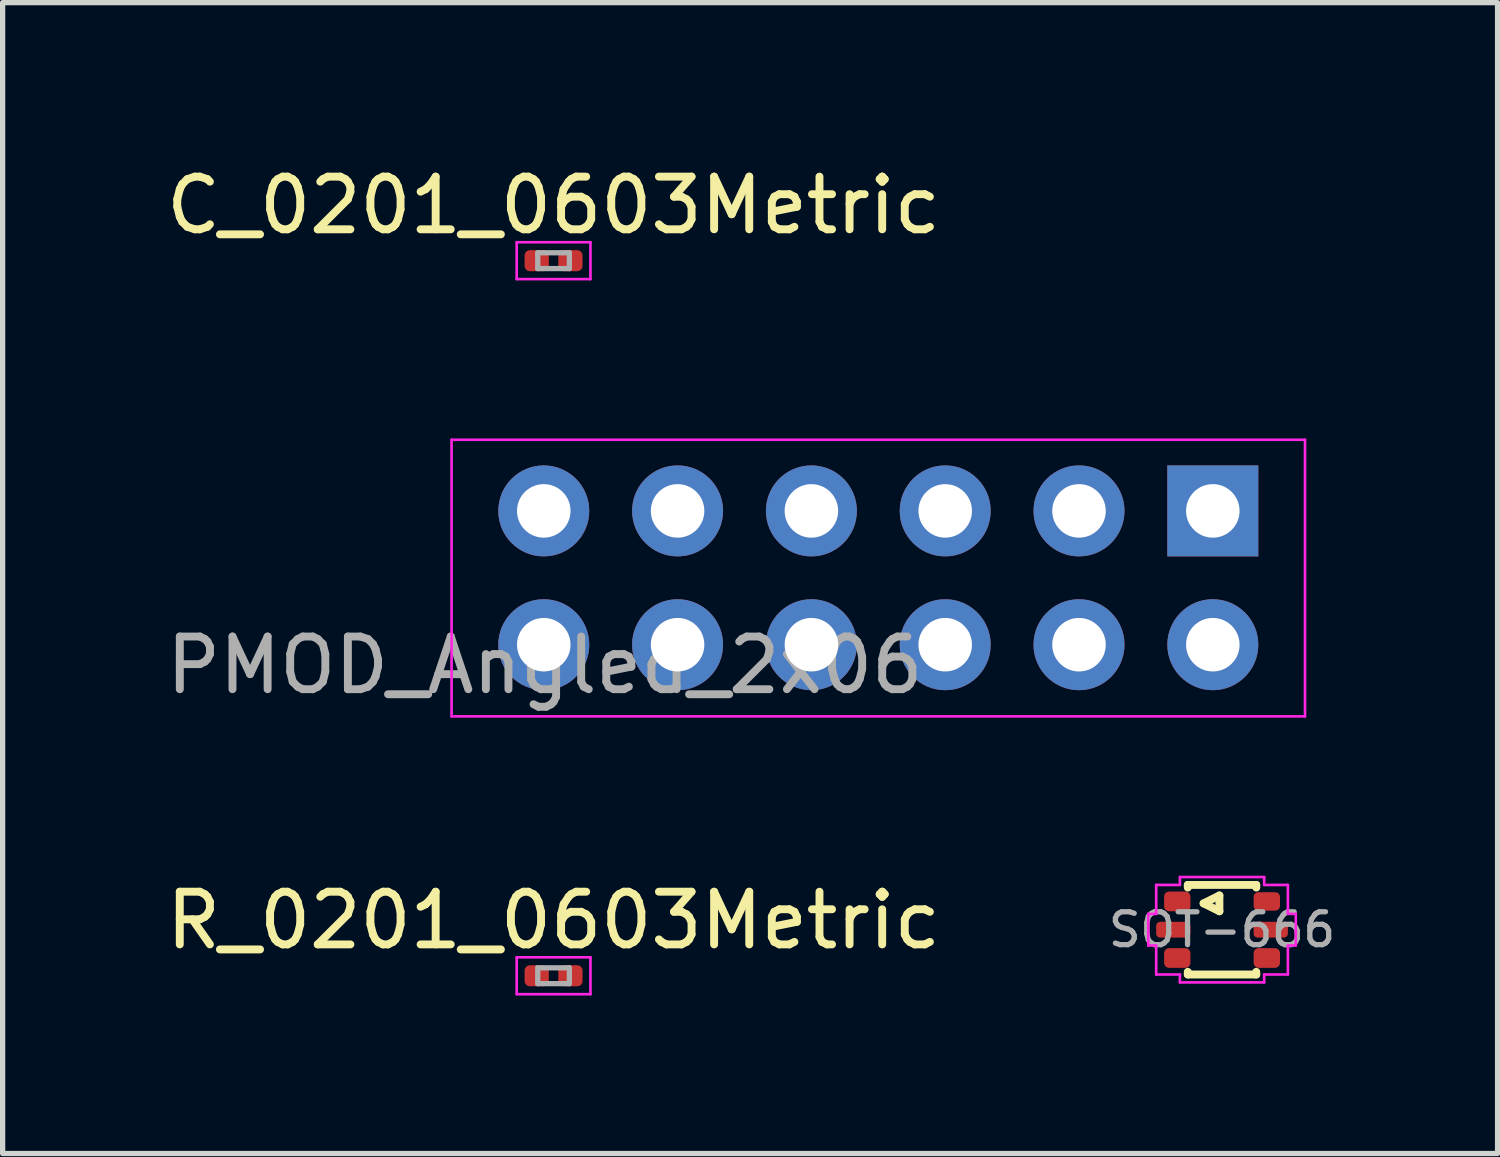
<source format=kicad_pcb>
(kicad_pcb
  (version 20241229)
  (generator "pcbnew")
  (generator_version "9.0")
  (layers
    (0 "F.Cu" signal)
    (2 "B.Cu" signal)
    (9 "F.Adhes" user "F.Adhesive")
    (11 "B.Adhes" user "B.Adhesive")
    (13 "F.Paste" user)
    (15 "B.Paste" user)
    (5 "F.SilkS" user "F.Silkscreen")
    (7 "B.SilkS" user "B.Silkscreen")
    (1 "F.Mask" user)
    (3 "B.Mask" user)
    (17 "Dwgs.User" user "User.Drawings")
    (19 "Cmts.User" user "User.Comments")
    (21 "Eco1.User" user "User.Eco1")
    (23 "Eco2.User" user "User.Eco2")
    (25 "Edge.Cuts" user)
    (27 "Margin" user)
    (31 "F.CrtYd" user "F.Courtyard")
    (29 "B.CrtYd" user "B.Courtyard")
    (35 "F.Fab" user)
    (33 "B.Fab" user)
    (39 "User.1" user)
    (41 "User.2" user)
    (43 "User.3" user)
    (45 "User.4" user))
  (footprint "C_0201_0603Metric"
    (layer "F.Cu")
    (at 7.458 1.898)
    (property "Reference" "C_0201_0603Metric" (at 0 -1.05 180) (layer "F.SilkS") (effects (font (size 1 1) (thickness 0.15))))
    (attr smd)
    (fp_line (start -0.7 -0.35) (end 0.7 -0.35) (stroke (width 0.05) (type solid)) (layer "F.CrtYd"))
    (fp_line (start -0.7 0.35) (end -0.7 -0.35) (stroke (width 0.05) (type solid)) (layer "F.CrtYd"))
    (fp_line (start 0.7 -0.35) (end 0.7 0.35) (stroke (width 0.05) (type solid)) (layer "F.CrtYd"))
    (fp_line (start 0.7 0.35) (end -0.7 0.35) (stroke (width 0.05) (type solid)) (layer "F.CrtYd"))
    (fp_line (start -0.3 -0.15) (end 0.3 -0.15) (stroke (width 0.1) (type solid)) (layer "F.Fab"))
    (fp_line (start -0.3 0.15) (end -0.3 -0.15) (stroke (width 0.1) (type solid)) (layer "F.Fab"))
    (fp_line (start 0.3 -0.15) (end 0.3 0.15) (stroke (width 0.1) (type solid)) (layer "F.Fab"))
    (fp_line (start 0.3 0.15) (end -0.3 0.15) (stroke (width 0.1) (type solid)) (layer "F.Fab"))
    (pad "" smd roundrect (at -0.325 0) (size 0.39 0.36) (layers "F.Paste") (roundrect_rratio 0.25))
    (pad "" smd roundrect (at 0.325 0) (size 0.39 0.36) (layers "F.Paste") (roundrect_rratio 0.25))
    (pad "1" smd roundrect (at -0.32 0) (size 0.46 0.4) (layers "F.Cu" "F.Mask") (roundrect_rratio 0.25))
    (pad "2" smd roundrect (at 0.32 0) (size 0.46 0.4) (layers "F.Cu" "F.Mask") (roundrect_rratio 0.25)))
  (footprint "R_0201_0603Metric"
    (layer "F.Cu")
    (at 7.458 15.472)
    (property "Reference" "R_0201_0603Metric" (at 0 -1.05 0) (layer "F.SilkS") (effects (font (size 1 1) (thickness 0.15))))
    (attr smd)
    (fp_line (start -0.7 -0.35) (end 0.7 -0.35) (stroke (width 0.05) (type solid)) (layer "F.CrtYd"))
    (fp_line (start -0.7 0.35) (end -0.7 -0.35) (stroke (width 0.05) (type solid)) (layer "F.CrtYd"))
    (fp_line (start 0.7 -0.35) (end 0.7 0.35) (stroke (width 0.05) (type solid)) (layer "F.CrtYd"))
    (fp_line (start 0.7 0.35) (end -0.7 0.35) (stroke (width 0.05) (type solid)) (layer "F.CrtYd"))
    (fp_line (start -0.3 -0.15) (end 0.3 -0.15) (stroke (width 0.1) (type solid)) (layer "F.Fab"))
    (fp_line (start -0.3 0.15) (end -0.3 -0.15) (stroke (width 0.1) (type solid)) (layer "F.Fab"))
    (fp_line (start 0.3 -0.15) (end 0.3 0.15) (stroke (width 0.1) (type solid)) (layer "F.Fab"))
    (fp_line (start 0.3 0.15) (end -0.3 0.15) (stroke (width 0.1) (type solid)) (layer "F.Fab"))
    (pad "" smd roundrect (at -0.325 0) (size 0.4 0.36) (layers "F.Paste") (roundrect_rratio 0.25))
    (pad "" smd roundrect (at 0.325 0) (size 0.4 0.36) (layers "F.Paste") (roundrect_rratio 0.25))
    (pad "1" smd roundrect (at -0.32 0) (size 0.46 0.4) (layers "F.Cu" "F.Mask") (roundrect_rratio 0.25))
    (pad "2" smd roundrect (at 0.32 0) (size 0.46 0.4) (layers "F.Cu" "F.Mask") (roundrect_rratio 0.25)))
  (footprint "SOT-666"
    (layer "F.Cu")
    (at 20.147 14.598)
    (property "Reference" "SOT-666" (at 0 0 180) (layer "F.Fab") (effects (font (size 0.625 0.625) (thickness 0.1))))
    (attr smd)
    (fp_line (start -0.65 -0.85) (end 0.65 -0.85) (stroke (width 0.15) (type solid)) (layer "F.SilkS"))
    (fp_line (start -0.65 -0.8) (end -0.65 -0.85) (stroke (width 0.15) (type solid)) (layer "F.SilkS"))
    (fp_line (start -0.65 0.85) (end -0.65 0.8) (stroke (width 0.15) (type solid)) (layer "F.SilkS"))
    (fp_line (start -0.35 -0.5) (end -0.05 -0.65) (stroke (width 0.15) (type solid)) (layer "F.SilkS"))
    (fp_line (start -0.05 -0.65) (end -0.05 -0.35) (stroke (width 0.15) (type solid)) (layer "F.SilkS"))
    (fp_line (start -0.05 -0.35) (end -0.35 -0.5) (stroke (width 0.15) (type solid)) (layer "F.SilkS"))
    (fp_line (start 0.65 -0.85) (end 0.65 -0.8) (stroke (width 0.15) (type solid)) (layer "F.SilkS"))
    (fp_line (start 0.65 0.8) (end 0.65 0.85) (stroke (width 0.15) (type solid)) (layer "F.SilkS"))
    (fp_line (start 0.65 0.85) (end -0.65 0.85) (stroke (width 0.15) (type solid)) (layer "F.SilkS"))
    (fp_line (start -1.4 -0.3) (end -1.4 0.3) (stroke (width 0.05) (type solid)) (layer "F.CrtYd"))
    (fp_line (start -1.25 -0.85) (end -1.25 -0.3) (stroke (width 0.05) (type solid)) (layer "F.CrtYd"))
    (fp_line (start -1.25 -0.85) (end -0.8 -0.85) (stroke (width 0.05) (type solid)) (layer "F.CrtYd"))
    (fp_line (start -1.25 -0.3) (end -1.4 -0.3) (stroke (width 0.05) (type solid)) (layer "F.CrtYd"))
    (fp_line (start -1.25 0.3) (end -1.4 0.3) (stroke (width 0.05) (type solid)) (layer "F.CrtYd"))
    (fp_line (start -1.25 0.85) (end -1.25 0.3) (stroke (width 0.05) (type solid)) (layer "F.CrtYd"))
    (fp_line (start -0.8 -1) (end 0.8 -1) (stroke (width 0.05) (type solid)) (layer "F.CrtYd"))
    (fp_line (start -0.8 -0.85) (end -0.8 -1) (stroke (width 0.05) (type solid)) (layer "F.CrtYd"))
    (fp_line (start -0.8 0.85) (end -1.25 0.85) (stroke (width 0.05) (type solid)) (layer "F.CrtYd"))
    (fp_line (start -0.8 1) (end -0.8 0.85) (stroke (width 0.05) (type solid)) (layer "F.CrtYd"))
    (fp_line (start 0.8 -1) (end 0.8 -0.85) (stroke (width 0.05) (type solid)) (layer "F.CrtYd"))
    (fp_line (start 0.8 -0.85) (end 1.25 -0.85) (stroke (width 0.05) (type solid)) (layer "F.CrtYd"))
    (fp_line (start 0.8 0.85) (end 0.8 1) (stroke (width 0.05) (type solid)) (layer "F.CrtYd"))
    (fp_line (start 0.8 1) (end -0.8 1) (stroke (width 0.05) (type solid)) (layer "F.CrtYd"))
    (fp_line (start 1.25 -0.85) (end 1.25 -0.3) (stroke (width 0.05) (type solid)) (layer "F.CrtYd"))
    (fp_line (start 1.25 -0.3) (end 1.4 -0.3) (stroke (width 0.05) (type solid)) (layer "F.CrtYd"))
    (fp_line (start 1.25 0.3) (end 1.25 0.85) (stroke (width 0.05) (type solid)) (layer "F.CrtYd"))
    (fp_line (start 1.25 0.85) (end 0.8 0.85) (stroke (width 0.05) (type solid)) (layer "F.CrtYd"))
    (fp_line (start 1.4 -0.3) (end 1.4 0.3) (stroke (width 0.05) (type solid)) (layer "F.CrtYd"))
    (fp_line (start 1.4 0.3) (end 1.25 0.3) (stroke (width 0.05) (type solid)) (layer "F.CrtYd"))
    (pad "1" smd roundrect (at -0.85 -0.537 270) (size 0.375 0.5) (layers "F.Cu" "F.Mask" "F.Paste") (roundrect_rratio 0.25))
    (pad "2" smd roundrect (at -0.925 0 270) (size 0.3 0.65) (layers "F.Cu" "F.Mask" "F.Paste") (roundrect_rratio 0.25))
    (pad "3" smd roundrect (at -0.85 0.537 270) (size 0.375 0.5) (layers "F.Cu" "F.Mask" "F.Paste") (roundrect_rratio 0.25))
    (pad "4" smd roundrect (at 0.85 0.537 270) (size 0.375 0.5) (layers "F.Cu" "F.Mask" "F.Paste") (roundrect_rratio 0.25))
    (pad "5" smd roundrect (at 0.925 0 270) (size 0.3 0.65) (layers "F.Cu" "F.Mask" "F.Paste") (roundrect_rratio 0.25))
    (pad "6" smd roundrect (at 0.85 -0.537 270) (size 0.35 0.5) (layers "F.Cu" "F.Mask" "F.Paste") (roundrect_rratio 0.25)))
  (footprint "PMOD_Angled_2x06"
    (layer "F.Cu")
    (at 7.272 6.648)
    (property "Reference" "PMOD_Angled_2x06" (at 0.02 2.93 0) (layer "F.Fab") (effects (font (size 1 1) (thickness 0.15))))
    (attr through_hole)
    (fp_line (start -1.75 -1.35) (end -1.75 3.9) (stroke (width 0.05) (type solid)) (layer "F.CrtYd"))
    (fp_line (start -1.75 -1.35) (end 14.45 -1.35) (stroke (width 0.05) (type solid)) (layer "F.CrtYd"))
    (fp_line (start -1.75 3.9) (end 14.45 3.9) (stroke (width 0.05) (type solid)) (layer "F.CrtYd"))
    (fp_line (start 14.45 -1.35) (end 14.45 3.9) (stroke (width 0.05) (type solid)) (layer "F.CrtYd"))
    (pad "1" thru_hole rect (at 12.7 0) (size 1.727 1.727) (drill 1.016) (layers "*.Cu" "*.Mask"))
    (pad "2" thru_hole oval (at 10.16 0) (size 1.727 1.727) (drill 1.016) (layers "*.Cu" "*.Mask"))
    (pad "3" thru_hole oval (at 7.62 0) (size 1.727 1.727) (drill 1.016) (layers "*.Cu" "*.Mask"))
    (pad "4" thru_hole oval (at 5.08 0) (size 1.727 1.727) (drill 1.016) (layers "*.Cu" "*.Mask"))
    (pad "5" thru_hole oval (at 2.54 0) (size 1.727 1.727) (drill 1.016) (layers "*.Cu" "*.Mask"))
    (pad "6" thru_hole circle (at 0 0) (size 1.727 1.727) (drill 1.016) (layers "*.Cu" "*.Mask"))
    (pad "7" thru_hole oval (at 12.7 2.54) (size 1.727 1.727) (drill 1.016) (layers "*.Cu" "*.Mask"))
    (pad "8" thru_hole oval (at 10.16 2.54) (size 1.727 1.727) (drill 1.016) (layers "*.Cu" "*.Mask"))
    (pad "9" thru_hole oval (at 7.62 2.54) (size 1.727 1.727) (drill 1.016) (layers "*.Cu" "*.Mask"))
    (pad "10" thru_hole oval (at 5.08 2.54) (size 1.727 1.727) (drill 1.016) (layers "*.Cu" "*.Mask"))
    (pad "11" thru_hole oval (at 2.54 2.54) (size 1.727 1.727) (drill 1.016) (layers "*.Cu" "*.Mask"))
    (pad "12" thru_hole oval (at 0 2.54) (size 1.727 1.727) (drill 1.016) (layers "*.Cu" "*.Mask")))
  (gr_rect
    (start -3 -3)
    (end 25.377 18.846)
    (stroke (width 0.1) (type default))
    (fill no)
    (layer "Edge.Cuts")))
</source>
